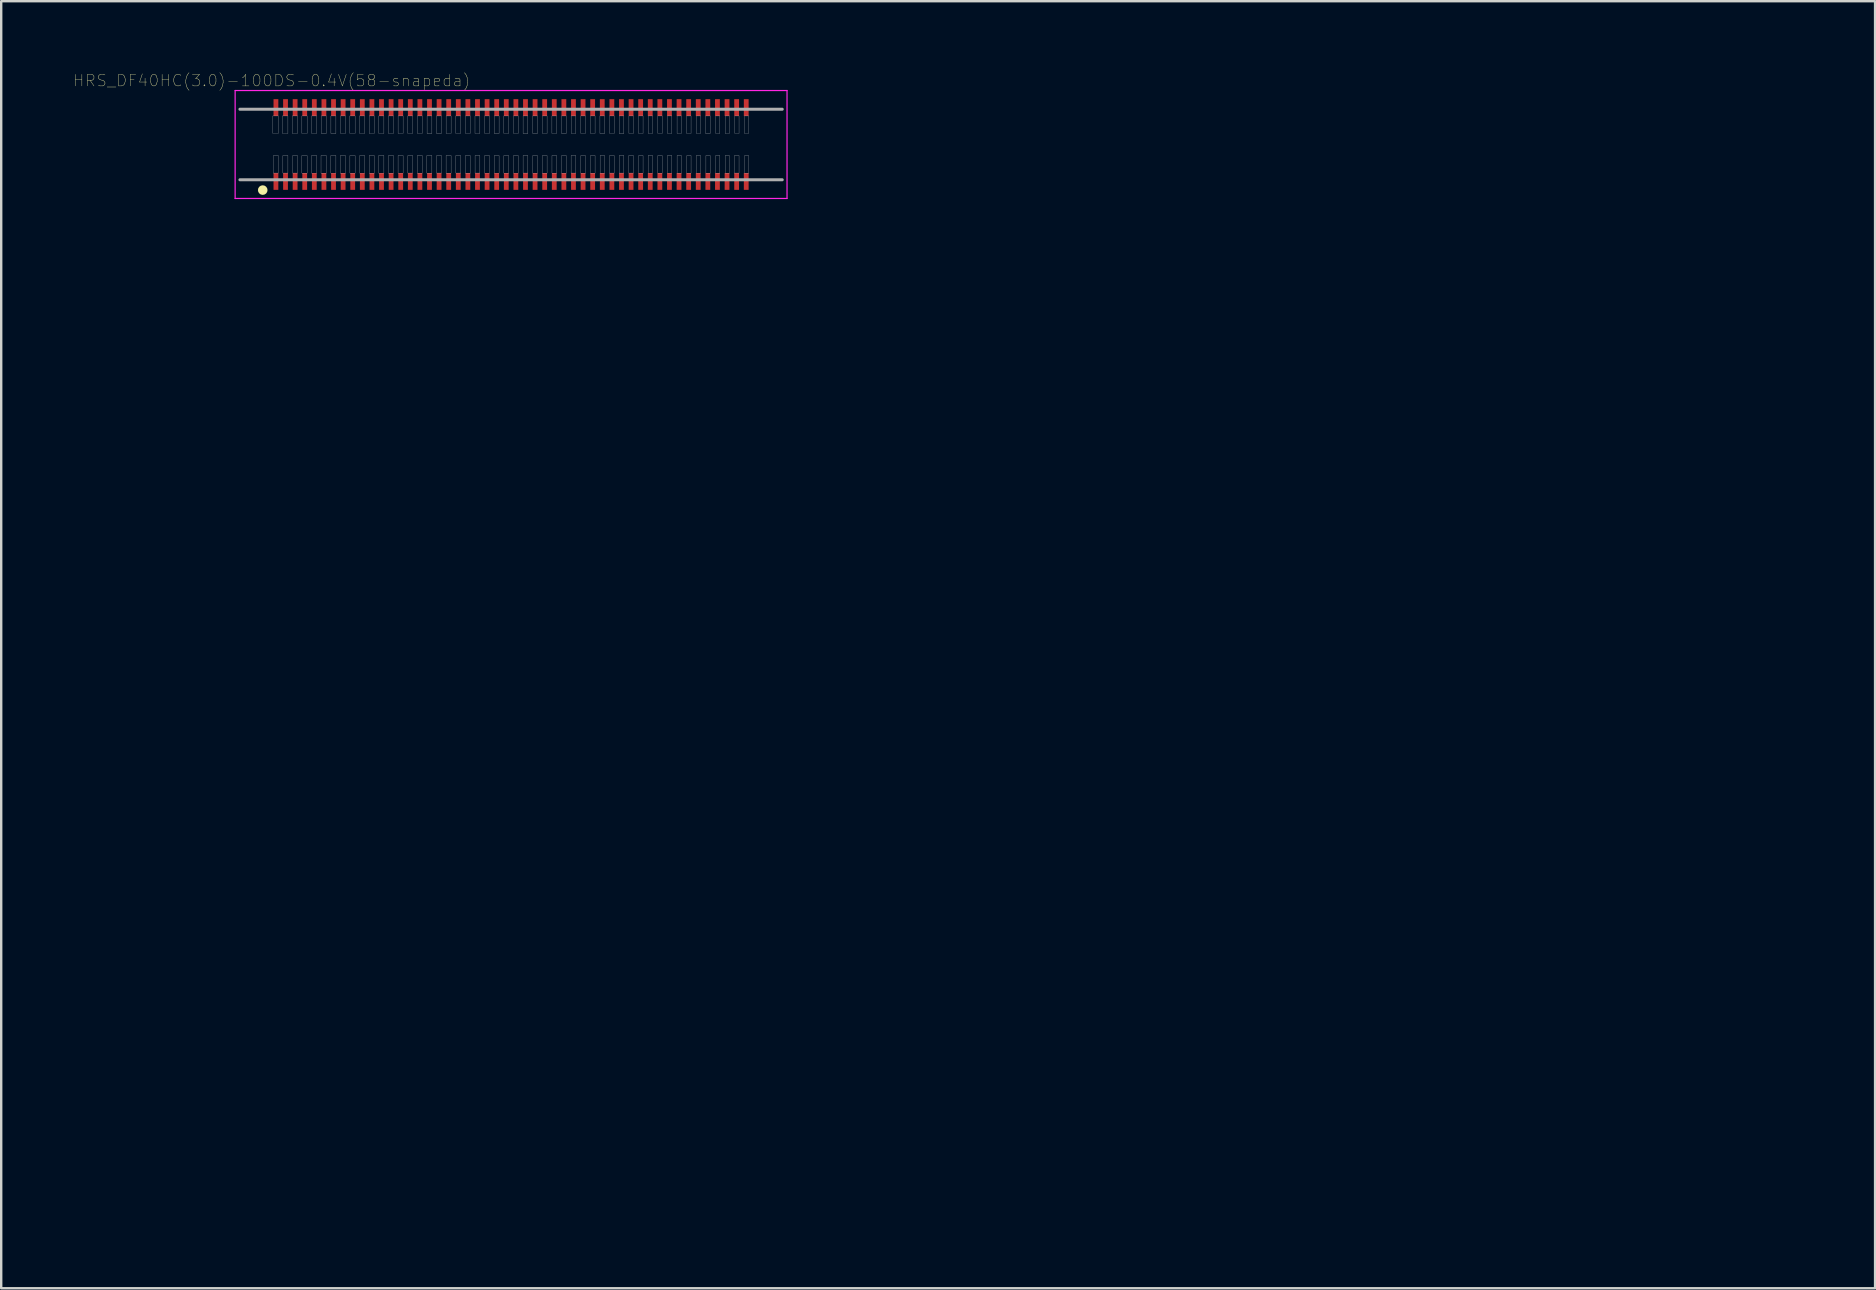
<source format=kicad_pcb>
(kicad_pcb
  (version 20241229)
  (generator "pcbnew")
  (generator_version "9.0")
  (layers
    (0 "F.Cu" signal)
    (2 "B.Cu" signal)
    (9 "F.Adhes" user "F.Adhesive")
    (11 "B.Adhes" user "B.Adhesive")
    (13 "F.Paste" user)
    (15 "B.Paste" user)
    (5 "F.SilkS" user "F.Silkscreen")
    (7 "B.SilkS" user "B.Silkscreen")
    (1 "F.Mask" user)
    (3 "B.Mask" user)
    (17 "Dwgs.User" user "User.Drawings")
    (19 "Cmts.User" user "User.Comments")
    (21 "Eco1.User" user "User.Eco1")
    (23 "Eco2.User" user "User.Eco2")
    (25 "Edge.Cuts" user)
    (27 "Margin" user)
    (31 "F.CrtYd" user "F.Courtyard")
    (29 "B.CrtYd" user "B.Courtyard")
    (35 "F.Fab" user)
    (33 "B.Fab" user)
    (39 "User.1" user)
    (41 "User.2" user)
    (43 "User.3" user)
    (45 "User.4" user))
  (footprint "HRS_DF40HC(3.0)-100DS-0.4V(58-snapeda)"
    (layer "F.Cu")
    (at 71.843 47.389)
    (property "Reference" "HRS_DF40HC(3.0)-100DS-0.4V(58-snapeda)" (at -63.579 -47.081 0) (layer "F.SilkS") (effects (font (size 0.481 0.481) (thickness 0.015))))
    (attr through_hole)
    (fp_circle (center -63.944 -42.517) (end -63.844 -42.517) (stroke (width 0.2) (type solid)) (fill no) (layer "F.SilkS"))
    (fp_poly (pts (xy -63.524 -45.607) (xy -63.294 -45.607) (xy -63.294 -44.878) (xy -63.524 -44.878)) (stroke (width 0.01) (type solid)) (fill no) (layer "Dwgs.User"))
    (fp_poly (pts (xy -63.501 -43.957) (xy -63.294 -43.957) (xy -63.294 -43.226) (xy -63.501 -43.226)) (stroke (width 0.01) (type solid)) (fill no) (layer "Dwgs.User"))
    (fp_poly (pts (xy -63.125 -45.607) (xy -62.894 -45.607) (xy -62.894 -44.878) (xy -63.125 -44.878)) (stroke (width 0.01) (type solid)) (fill no) (layer "Dwgs.User"))
    (fp_poly (pts (xy -63.104 -43.957) (xy -62.894 -43.957) (xy -62.894 -43.226) (xy -63.104 -43.226)) (stroke (width 0.01) (type solid)) (fill no) (layer "Dwgs.User"))
    (fp_poly (pts (xy -62.713 -45.607) (xy -62.494 -45.607) (xy -62.494 -44.878) (xy -62.713 -44.878)) (stroke (width 0.01) (type solid)) (fill no) (layer "Dwgs.User"))
    (fp_poly (pts (xy -62.696 -43.957) (xy -62.494 -43.957) (xy -62.494 -43.227) (xy -62.696 -43.227)) (stroke (width 0.01) (type solid)) (fill no) (layer "Dwgs.User"))
    (fp_poly (pts (xy -62.313 -43.957) (xy -62.094 -43.957) (xy -62.094 -43.224) (xy -62.313 -43.224)) (stroke (width 0.01) (type solid)) (fill no) (layer "Dwgs.User"))
    (fp_poly (pts (xy -62.312 -45.607) (xy -62.094 -45.607) (xy -62.094 -44.878) (xy -62.312 -44.878)) (stroke (width 0.01) (type solid)) (fill no) (layer "Dwgs.User"))
    (fp_poly (pts (xy -61.911 -43.957) (xy -61.694 -43.957) (xy -61.694 -43.225) (xy -61.911 -43.225)) (stroke (width 0.01) (type solid)) (fill no) (layer "Dwgs.User"))
    (fp_poly (pts (xy -61.908 -45.607) (xy -61.694 -45.607) (xy -61.694 -44.878) (xy -61.908 -44.878)) (stroke (width 0.01) (type solid)) (fill no) (layer "Dwgs.User"))
    (fp_poly (pts (xy -61.515 -43.957) (xy -61.294 -43.957) (xy -61.294 -43.224) (xy -61.515 -43.224)) (stroke (width 0.01) (type solid)) (fill no) (layer "Dwgs.User"))
    (fp_poly (pts (xy -61.503 -45.607) (xy -61.294 -45.607) (xy -61.294 -44.877) (xy -61.503 -44.877)) (stroke (width 0.01) (type solid)) (fill no) (layer "Dwgs.User"))
    (fp_poly (pts (xy -61.108 -43.957) (xy -60.894 -43.957) (xy -60.894 -43.225) (xy -61.108 -43.225)) (stroke (width 0.01) (type solid)) (fill no) (layer "Dwgs.User"))
    (fp_poly (pts (xy -61.102 -45.607) (xy -60.894 -45.607) (xy -60.894 -44.877) (xy -61.102 -44.877)) (stroke (width 0.01) (type solid)) (fill no) (layer "Dwgs.User"))
    (fp_poly (pts (xy -60.711 -43.957) (xy -60.494 -43.957) (xy -60.494 -43.224) (xy -60.711 -43.224)) (stroke (width 0.01) (type solid)) (fill no) (layer "Dwgs.User"))
    (fp_poly (pts (xy -60.704 -45.607) (xy -60.494 -45.607) (xy -60.494 -44.878) (xy -60.704 -44.878)) (stroke (width 0.01) (type solid)) (fill no) (layer "Dwgs.User"))
    (fp_poly (pts (xy -60.315 -45.607) (xy -60.094 -45.607) (xy -60.094 -44.878) (xy -60.315 -44.878)) (stroke (width 0.01) (type solid)) (fill no) (layer "Dwgs.User"))
    (fp_poly (pts (xy -60.311 -43.957) (xy -60.094 -43.957) (xy -60.094 -43.224) (xy -60.311 -43.224)) (stroke (width 0.01) (type solid)) (fill no) (layer "Dwgs.User"))
    (fp_poly (pts (xy -59.91 -45.607) (xy -59.694 -45.607) (xy -59.694 -44.878) (xy -59.91 -44.878)) (stroke (width 0.01) (type solid)) (fill no) (layer "Dwgs.User"))
    (fp_poly (pts (xy -59.904 -43.957) (xy -59.694 -43.957) (xy -59.694 -43.225) (xy -59.904 -43.225)) (stroke (width 0.01) (type solid)) (fill no) (layer "Dwgs.User"))
    (fp_poly (pts (xy -59.508 -45.607) (xy -59.294 -45.607) (xy -59.294 -44.878) (xy -59.508 -44.878)) (stroke (width 0.01) (type solid)) (fill no) (layer "Dwgs.User"))
    (fp_poly (pts (xy -59.508 -43.957) (xy -59.294 -43.957) (xy -59.294 -43.224) (xy -59.508 -43.224)) (stroke (width 0.01) (type solid)) (fill no) (layer "Dwgs.User"))
    (fp_poly (pts (xy -59.115 -43.957) (xy -58.894 -43.957) (xy -58.894 -43.222) (xy -59.115 -43.222)) (stroke (width 0.01) (type solid)) (fill no) (layer "Dwgs.User"))
    (fp_poly (pts (xy -59.11 -45.607) (xy -58.894 -45.607) (xy -58.894 -44.878) (xy -59.11 -44.878)) (stroke (width 0.01) (type solid)) (fill no) (layer "Dwgs.User"))
    (fp_poly (pts (xy -58.709 -45.607) (xy -58.494 -45.607) (xy -58.494 -44.878) (xy -58.709 -44.878)) (stroke (width 0.01) (type solid)) (fill no) (layer "Dwgs.User"))
    (fp_poly (pts (xy -58.705 -43.957) (xy -58.494 -43.957) (xy -58.494 -43.224) (xy -58.705 -43.224)) (stroke (width 0.01) (type solid)) (fill no) (layer "Dwgs.User"))
    (fp_poly (pts (xy -58.304 -43.957) (xy -58.094 -43.957) (xy -58.094 -43.225) (xy -58.304 -43.225)) (stroke (width 0.01) (type solid)) (fill no) (layer "Dwgs.User"))
    (fp_poly (pts (xy -58.303 -45.607) (xy -58.094 -45.607) (xy -58.094 -44.878) (xy -58.303 -44.878)) (stroke (width 0.01) (type solid)) (fill no) (layer "Dwgs.User"))
    (fp_poly (pts (xy -57.9 -45.607) (xy -57.694 -45.607) (xy -57.694 -44.878) (xy -57.9 -44.878)) (stroke (width 0.01) (type solid)) (fill no) (layer "Dwgs.User"))
    (fp_poly (pts (xy -57.897 -43.957) (xy -57.694 -43.957) (xy -57.694 -43.226) (xy -57.897 -43.226)) (stroke (width 0.01) (type solid)) (fill no) (layer "Dwgs.User"))
    (fp_poly (pts (xy -57.505 -43.957) (xy -57.294 -43.957) (xy -57.294 -43.224) (xy -57.505 -43.224)) (stroke (width 0.01) (type solid)) (fill no) (layer "Dwgs.User"))
    (fp_poly (pts (xy -57.5 -45.607) (xy -57.294 -45.607) (xy -57.294 -44.878) (xy -57.5 -44.878)) (stroke (width 0.01) (type solid)) (fill no) (layer "Dwgs.User"))
    (fp_poly (pts (xy -57.106 -43.957) (xy -56.894 -43.957) (xy -56.894 -43.223) (xy -57.106 -43.223)) (stroke (width 0.01) (type solid)) (fill no) (layer "Dwgs.User"))
    (fp_poly (pts (xy -57.095 -45.607) (xy -56.894 -45.607) (xy -56.894 -44.877) (xy -57.095 -44.877)) (stroke (width 0.01) (type solid)) (fill no) (layer "Dwgs.User"))
    (fp_poly (pts (xy -56.704 -45.607) (xy -56.494 -45.607) (xy -56.494 -44.879) (xy -56.704 -44.879)) (stroke (width 0.01) (type solid)) (fill no) (layer "Dwgs.User"))
    (fp_poly (pts (xy -56.697 -43.957) (xy -56.494 -43.957) (xy -56.494 -43.226) (xy -56.697 -43.226)) (stroke (width 0.01) (type solid)) (fill no) (layer "Dwgs.User"))
    (fp_poly (pts (xy -56.303 -43.957) (xy -56.094 -43.957) (xy -56.094 -43.223) (xy -56.303 -43.223)) (stroke (width 0.01) (type solid)) (fill no) (layer "Dwgs.User"))
    (fp_poly (pts (xy -56.302 -45.607) (xy -56.094 -45.607) (xy -56.094 -44.878) (xy -56.302 -44.878)) (stroke (width 0.01) (type solid)) (fill no) (layer "Dwgs.User"))
    (fp_poly (pts (xy -55.899 -45.607) (xy -55.694 -45.607) (xy -55.694 -44.878) (xy -55.899 -44.878)) (stroke (width 0.01) (type solid)) (fill no) (layer "Dwgs.User"))
    (fp_poly (pts (xy -55.897 -43.957) (xy -55.694 -43.957) (xy -55.694 -43.226) (xy -55.897 -43.226)) (stroke (width 0.01) (type solid)) (fill no) (layer "Dwgs.User"))
    (fp_poly (pts (xy -55.499 -43.957) (xy -55.294 -43.957) (xy -55.294 -43.224) (xy -55.499 -43.224)) (stroke (width 0.01) (type solid)) (fill no) (layer "Dwgs.User"))
    (fp_poly (pts (xy -55.496 -45.607) (xy -55.294 -45.607) (xy -55.294 -44.878) (xy -55.496 -44.878)) (stroke (width 0.01) (type solid)) (fill no) (layer "Dwgs.User"))
    (fp_poly (pts (xy -55.098 -45.607) (xy -54.894 -45.607) (xy -54.894 -44.878) (xy -55.098 -44.878)) (stroke (width 0.01) (type solid)) (fill no) (layer "Dwgs.User"))
    (fp_poly (pts (xy -55.095 -43.957) (xy -54.894 -43.957) (xy -54.894 -43.226) (xy -55.095 -43.226)) (stroke (width 0.01) (type solid)) (fill no) (layer "Dwgs.User"))
    (fp_poly (pts (xy -54.696 -43.957) (xy -54.494 -43.957) (xy -54.494 -43.225) (xy -54.696 -43.225)) (stroke (width 0.01) (type solid)) (fill no) (layer "Dwgs.User"))
    (fp_poly (pts (xy -54.696 -45.607) (xy -54.494 -45.607) (xy -54.494 -44.878) (xy -54.696 -44.878)) (stroke (width 0.01) (type solid)) (fill no) (layer "Dwgs.User"))
    (fp_poly (pts (xy -54.295 -43.957) (xy -54.094 -43.957) (xy -54.094 -43.225) (xy -54.295 -43.225)) (stroke (width 0.01) (type solid)) (fill no) (layer "Dwgs.User"))
    (fp_poly (pts (xy -54.295 -45.607) (xy -54.094 -45.607) (xy -54.094 -44.877) (xy -54.295 -44.877)) (stroke (width 0.01) (type solid)) (fill no) (layer "Dwgs.User"))
    (fp_poly (pts (xy -53.895 -45.607) (xy -53.694 -45.607) (xy -53.694 -44.878) (xy -53.895 -44.878)) (stroke (width 0.01) (type solid)) (fill no) (layer "Dwgs.User"))
    (fp_poly (pts (xy -53.895 -43.957) (xy -53.694 -43.957) (xy -53.694 -43.224) (xy -53.895 -43.224)) (stroke (width 0.01) (type solid)) (fill no) (layer "Dwgs.User"))
    (fp_poly (pts (xy -53.494 -43.957) (xy -53.294 -43.957) (xy -53.294 -43.225) (xy -53.494 -43.225)) (stroke (width 0.01) (type solid)) (fill no) (layer "Dwgs.User"))
    (fp_poly (pts (xy -53.494 -45.607) (xy -53.294 -45.607) (xy -53.294 -44.878) (xy -53.494 -44.878)) (stroke (width 0.01) (type solid)) (fill no) (layer "Dwgs.User"))
    (fp_poly (pts (xy -53.094 -43.957) (xy -52.894 -43.957) (xy -52.894 -43.226) (xy -53.094 -43.226)) (stroke (width 0.01) (type solid)) (fill no) (layer "Dwgs.User"))
    (fp_poly (pts (xy -53.094 -45.607) (xy -52.894 -45.607) (xy -52.894 -44.877) (xy -53.094 -44.877)) (stroke (width 0.01) (type solid)) (fill no) (layer "Dwgs.User"))
    (fp_poly (pts (xy -52.693 -45.607) (xy -52.494 -45.607) (xy -52.494 -44.877) (xy -52.693 -44.877)) (stroke (width 0.01) (type solid)) (fill no) (layer "Dwgs.User"))
    (fp_poly (pts (xy -52.692 -43.957) (xy -52.494 -43.957) (xy -52.494 -43.224) (xy -52.692 -43.224)) (stroke (width 0.01) (type solid)) (fill no) (layer "Dwgs.User"))
    (fp_poly (pts (xy -52.291 -43.957) (xy -52.094 -43.957) (xy -52.094 -43.224) (xy -52.291 -43.224)) (stroke (width 0.01) (type solid)) (fill no) (layer "Dwgs.User"))
    (fp_poly (pts (xy -52.29 -45.607) (xy -52.094 -45.607) (xy -52.094 -44.878) (xy -52.29 -44.878)) (stroke (width 0.01) (type solid)) (fill no) (layer "Dwgs.User"))
    (fp_poly (pts (xy -51.892 -45.607) (xy -51.694 -45.607) (xy -51.694 -44.878) (xy -51.892 -44.878)) (stroke (width 0.01) (type solid)) (fill no) (layer "Dwgs.User"))
    (fp_poly (pts (xy -51.89 -43.957) (xy -51.694 -43.957) (xy -51.694 -43.224) (xy -51.89 -43.224)) (stroke (width 0.01) (type solid)) (fill no) (layer "Dwgs.User"))
    (fp_poly (pts (xy -51.492 -45.607) (xy -51.294 -45.607) (xy -51.294 -44.877) (xy -51.492 -44.877)) (stroke (width 0.01) (type solid)) (fill no) (layer "Dwgs.User"))
    (fp_poly (pts (xy -51.489 -43.957) (xy -51.294 -43.957) (xy -51.294 -43.224) (xy -51.489 -43.224)) (stroke (width 0.01) (type solid)) (fill no) (layer "Dwgs.User"))
    (fp_poly (pts (xy -51.093 -43.957) (xy -50.894 -43.957) (xy -50.894 -43.226) (xy -51.093 -43.226)) (stroke (width 0.01) (type solid)) (fill no) (layer "Dwgs.User"))
    (fp_poly (pts (xy -51.089 -45.607) (xy -50.894 -45.607) (xy -50.894 -44.878) (xy -51.089 -44.878)) (stroke (width 0.01) (type solid)) (fill no) (layer "Dwgs.User"))
    (fp_poly (pts (xy -50.689 -45.607) (xy -50.494 -45.607) (xy -50.494 -44.878) (xy -50.689 -44.878)) (stroke (width 0.01) (type solid)) (fill no) (layer "Dwgs.User"))
    (fp_poly (pts (xy -50.687 -43.957) (xy -50.494 -43.957) (xy -50.494 -43.224) (xy -50.687 -43.224)) (stroke (width 0.01) (type solid)) (fill no) (layer "Dwgs.User"))
    (fp_poly (pts (xy -50.289 -45.607) (xy -50.094 -45.607) (xy -50.094 -44.878) (xy -50.289 -44.878)) (stroke (width 0.01) (type solid)) (fill no) (layer "Dwgs.User"))
    (fp_poly (pts (xy -50.287 -43.957) (xy -50.094 -43.957) (xy -50.094 -43.224) (xy -50.287 -43.224)) (stroke (width 0.01) (type solid)) (fill no) (layer "Dwgs.User"))
    (fp_poly (pts (xy -49.891 -45.607) (xy -49.694 -45.607) (xy -49.694 -44.877) (xy -49.891 -44.877)) (stroke (width 0.01) (type solid)) (fill no) (layer "Dwgs.User"))
    (fp_poly (pts (xy -49.884 -43.957) (xy -49.694 -43.957) (xy -49.694 -43.224) (xy -49.884 -43.224)) (stroke (width 0.01) (type solid)) (fill no) (layer "Dwgs.User"))
    (fp_poly (pts (xy -49.492 -43.957) (xy -49.294 -43.957) (xy -49.294 -43.226) (xy -49.492 -43.226)) (stroke (width 0.01) (type solid)) (fill no) (layer "Dwgs.User"))
    (fp_poly (pts (xy -49.489 -45.607) (xy -49.294 -45.607) (xy -49.294 -44.878) (xy -49.489 -44.878)) (stroke (width 0.01) (type solid)) (fill no) (layer "Dwgs.User"))
    (fp_poly (pts (xy -49.09 -45.607) (xy -48.894 -45.607) (xy -48.894 -44.877) (xy -49.09 -44.877)) (stroke (width 0.01) (type solid)) (fill no) (layer "Dwgs.User"))
    (fp_poly (pts (xy -49.089 -43.957) (xy -48.894 -43.957) (xy -48.894 -43.226) (xy -49.089 -43.226)) (stroke (width 0.01) (type solid)) (fill no) (layer "Dwgs.User"))
    (fp_poly (pts (xy -48.692 -43.957) (xy -48.494 -43.957) (xy -48.494 -43.227) (xy -48.692 -43.227)) (stroke (width 0.01) (type solid)) (fill no) (layer "Dwgs.User"))
    (fp_poly (pts (xy -48.683 -45.607) (xy -48.494 -45.607) (xy -48.494 -44.878) (xy -48.683 -44.878)) (stroke (width 0.01) (type solid)) (fill no) (layer "Dwgs.User"))
    (fp_poly (pts (xy -48.284 -45.607) (xy -48.094 -45.607) (xy -48.094 -44.878) (xy -48.284 -44.878)) (stroke (width 0.01) (type solid)) (fill no) (layer "Dwgs.User"))
    (fp_poly (pts (xy -48.278 -43.957) (xy -48.094 -43.957) (xy -48.094 -43.223) (xy -48.278 -43.223)) (stroke (width 0.01) (type solid)) (fill no) (layer "Dwgs.User"))
    (fp_poly (pts (xy -47.882 -43.957) (xy -47.694 -43.957) (xy -47.694 -43.225) (xy -47.882 -43.225)) (stroke (width 0.01) (type solid)) (fill no) (layer "Dwgs.User"))
    (fp_poly (pts (xy -47.88 -45.607) (xy -47.694 -45.607) (xy -47.694 -44.878) (xy -47.88 -44.878)) (stroke (width 0.01) (type solid)) (fill no) (layer "Dwgs.User"))
    (fp_poly (pts (xy -47.479 -43.957) (xy -47.294 -43.957) (xy -47.294 -43.224) (xy -47.479 -43.224)) (stroke (width 0.01) (type solid)) (fill no) (layer "Dwgs.User"))
    (fp_poly (pts (xy -47.477 -45.607) (xy -47.294 -45.607) (xy -47.294 -44.878) (xy -47.477 -44.878)) (stroke (width 0.01) (type solid)) (fill no) (layer "Dwgs.User"))
    (fp_poly (pts (xy -47.082 -43.957) (xy -46.894 -43.957) (xy -46.894 -43.225) (xy -47.082 -43.225)) (stroke (width 0.01) (type solid)) (fill no) (layer "Dwgs.User"))
    (fp_poly (pts (xy -47.08 -45.607) (xy -46.894 -45.607) (xy -46.894 -44.878) (xy -47.08 -44.878)) (stroke (width 0.01) (type solid)) (fill no) (layer "Dwgs.User"))
    (fp_poly (pts (xy -46.677 -45.607) (xy -46.494 -45.607) (xy -46.494 -44.878) (xy -46.677 -44.878)) (stroke (width 0.01) (type solid)) (fill no) (layer "Dwgs.User"))
    (fp_poly (pts (xy -46.676 -43.957) (xy -46.494 -43.957) (xy -46.494 -43.224) (xy -46.676 -43.224)) (stroke (width 0.01) (type solid)) (fill no) (layer "Dwgs.User"))
    (fp_poly (pts (xy -46.281 -45.607) (xy -46.094 -45.607) (xy -46.094 -44.878) (xy -46.281 -44.878)) (stroke (width 0.01) (type solid)) (fill no) (layer "Dwgs.User"))
    (fp_poly (pts (xy -46.271 -43.957) (xy -46.094 -43.957) (xy -46.094 -43.223) (xy -46.271 -43.223)) (stroke (width 0.01) (type solid)) (fill no) (layer "Dwgs.User"))
    (fp_poly (pts (xy -45.878 -43.957) (xy -45.694 -43.957) (xy -45.694 -43.225) (xy -45.878 -43.225)) (stroke (width 0.01) (type solid)) (fill no) (layer "Dwgs.User"))
    (fp_poly (pts (xy -45.875 -45.607) (xy -45.694 -45.607) (xy -45.694 -44.878) (xy -45.875 -44.878)) (stroke (width 0.01) (type solid)) (fill no) (layer "Dwgs.User"))
    (fp_poly (pts (xy -45.49 -45.607) (xy -45.294 -45.607) (xy -45.294 -44.877) (xy -45.49 -44.877)) (stroke (width 0.01) (type solid)) (fill no) (layer "Dwgs.User"))
    (fp_poly (pts (xy -45.474 -43.957) (xy -45.294 -43.957) (xy -45.294 -43.224) (xy -45.474 -43.224)) (stroke (width 0.01) (type solid)) (fill no) (layer "Dwgs.User"))
    (fp_poly (pts (xy -45.07 -43.957) (xy -44.894 -43.957) (xy -44.894 -43.224) (xy -45.07 -43.224)) (stroke (width 0.01) (type solid)) (fill no) (layer "Dwgs.User"))
    (fp_poly (pts (xy -45.068 -45.607) (xy -44.894 -45.607) (xy -44.894 -44.878) (xy -45.068 -44.878)) (stroke (width 0.01) (type solid)) (fill no) (layer "Dwgs.User"))
    (fp_poly (pts (xy -44.674 -43.957) (xy -44.494 -43.957) (xy -44.494 -43.224) (xy -44.674 -43.224)) (stroke (width 0.01) (type solid)) (fill no) (layer "Dwgs.User"))
    (fp_poly (pts (xy -44.674 -45.607) (xy -44.494 -45.607) (xy -44.494 -44.878) (xy -44.674 -44.878)) (stroke (width 0.01) (type solid)) (fill no) (layer "Dwgs.User"))
    (fp_poly (pts (xy -44.289 -43.957) (xy -44.094 -43.957) (xy -44.094 -43.226) (xy -44.289 -43.226)) (stroke (width 0.01) (type solid)) (fill no) (layer "Dwgs.User"))
    (fp_poly (pts (xy -44.27 -45.607) (xy -44.094 -45.607) (xy -44.094 -44.878) (xy -44.27 -44.878)) (stroke (width 0.01) (type solid)) (fill no) (layer "Dwgs.User"))
    (fp_poly (pts (xy -43.87 -45.607) (xy -43.694 -45.607) (xy -43.694 -44.878) (xy -43.87 -44.878)) (stroke (width 0.01) (type solid)) (fill no) (layer "Dwgs.User"))
    (fp_poly (pts (xy -43.864 -43.957) (xy -43.694 -43.957) (xy -43.694 -43.223) (xy -43.864 -43.223)) (stroke (width 0.01) (type solid)) (fill no) (layer "Dwgs.User"))
    (fp_line (start -65.094 -46.667) (end -42.094 -46.667) (stroke (width 0.05) (type solid)) (layer "F.CrtYd"))
    (fp_line (start -65.094 -42.167) (end -65.094 -46.667) (stroke (width 0.05) (type solid)) (layer "F.CrtYd"))
    (fp_line (start -42.094 -46.667) (end -42.094 -42.167) (stroke (width 0.05) (type solid)) (layer "F.CrtYd"))
    (fp_line (start -42.094 -42.167) (end -65.094 -42.167) (stroke (width 0.05) (type solid)) (layer "F.CrtYd"))
    (fp_line (start -64.894 -45.887) (end -42.294 -45.887) (stroke (width 0.127) (type solid)) (layer "F.Fab"))
    (fp_line (start -42.294 -42.947) (end -64.894 -42.947) (stroke (width 0.127) (type solid)) (layer "F.Fab"))
    (pad "1" smd rect (at -63.394 -42.877) (size 0.2 0.7) (layers "F.Cu" "F.Mask" "F.Paste"))
    (pad "2" smd rect (at -63.394 -45.957) (size 0.2 0.7) (layers "F.Cu" "F.Mask" "F.Paste"))
    (pad "3" smd rect (at -62.994 -42.877) (size 0.2 0.7) (layers "F.Cu" "F.Mask" "F.Paste"))
    (pad "4" smd rect (at -62.994 -45.957) (size 0.2 0.7) (layers "F.Cu" "F.Mask" "F.Paste"))
    (pad "5" smd rect (at -62.594 -42.877) (size 0.2 0.7) (layers "F.Cu" "F.Mask" "F.Paste"))
    (pad "6" smd rect (at -62.594 -45.957) (size 0.2 0.7) (layers "F.Cu" "F.Mask" "F.Paste"))
    (pad "7" smd rect (at -62.194 -42.877) (size 0.2 0.7) (layers "F.Cu" "F.Mask" "F.Paste"))
    (pad "8" smd rect (at -62.194 -45.957) (size 0.2 0.7) (layers "F.Cu" "F.Mask" "F.Paste"))
    (pad "9" smd rect (at -61.794 -42.877) (size 0.2 0.7) (layers "F.Cu" "F.Mask" "F.Paste"))
    (pad "10" smd rect (at -61.794 -45.957) (size 0.2 0.7) (layers "F.Cu" "F.Mask" "F.Paste"))
    (pad "11" smd rect (at -61.394 -42.877) (size 0.2 0.7) (layers "F.Cu" "F.Mask" "F.Paste"))
    (pad "12" smd rect (at -61.394 -45.957) (size 0.2 0.7) (layers "F.Cu" "F.Mask" "F.Paste"))
    (pad "13" smd rect (at -60.994 -42.877) (size 0.2 0.7) (layers "F.Cu" "F.Mask" "F.Paste"))
    (pad "14" smd rect (at -60.994 -45.957) (size 0.2 0.7) (layers "F.Cu" "F.Mask" "F.Paste"))
    (pad "15" smd rect (at -60.594 -42.877) (size 0.2 0.7) (layers "F.Cu" "F.Mask" "F.Paste"))
    (pad "16" smd rect (at -60.594 -45.957) (size 0.2 0.7) (layers "F.Cu" "F.Mask" "F.Paste"))
    (pad "17" smd rect (at -60.194 -42.877) (size 0.2 0.7) (layers "F.Cu" "F.Mask" "F.Paste"))
    (pad "18" smd rect (at -60.194 -45.957) (size 0.2 0.7) (layers "F.Cu" "F.Mask" "F.Paste"))
    (pad "19" smd rect (at -59.794 -42.877) (size 0.2 0.7) (layers "F.Cu" "F.Mask" "F.Paste"))
    (pad "20" smd rect (at -59.794 -45.957) (size 0.2 0.7) (layers "F.Cu" "F.Mask" "F.Paste"))
    (pad "21" smd rect (at -59.394 -42.877) (size 0.2 0.7) (layers "F.Cu" "F.Mask" "F.Paste"))
    (pad "22" smd rect (at -59.394 -45.957) (size 0.2 0.7) (layers "F.Cu" "F.Mask" "F.Paste"))
    (pad "23" smd rect (at -58.994 -42.877) (size 0.2 0.7) (layers "F.Cu" "F.Mask" "F.Paste"))
    (pad "24" smd rect (at -58.994 -45.957) (size 0.2 0.7) (layers "F.Cu" "F.Mask" "F.Paste"))
    (pad "25" smd rect (at -58.594 -42.877) (size 0.2 0.7) (layers "F.Cu" "F.Mask" "F.Paste"))
    (pad "26" smd rect (at -58.594 -45.957) (size 0.2 0.7) (layers "F.Cu" "F.Mask" "F.Paste"))
    (pad "27" smd rect (at -58.194 -42.877) (size 0.2 0.7) (layers "F.Cu" "F.Mask" "F.Paste"))
    (pad "28" smd rect (at -58.194 -45.957) (size 0.2 0.7) (layers "F.Cu" "F.Mask" "F.Paste"))
    (pad "29" smd rect (at -57.794 -42.877) (size 0.2 0.7) (layers "F.Cu" "F.Mask" "F.Paste"))
    (pad "30" smd rect (at -57.794 -45.957) (size 0.2 0.7) (layers "F.Cu" "F.Mask" "F.Paste"))
    (pad "31" smd rect (at -57.394 -42.877) (size 0.2 0.7) (layers "F.Cu" "F.Mask" "F.Paste"))
    (pad "32" smd rect (at -57.394 -45.957) (size 0.2 0.7) (layers "F.Cu" "F.Mask" "F.Paste"))
    (pad "33" smd rect (at -56.994 -42.877) (size 0.2 0.7) (layers "F.Cu" "F.Mask" "F.Paste"))
    (pad "34" smd rect (at -56.994 -45.957) (size 0.2 0.7) (layers "F.Cu" "F.Mask" "F.Paste"))
    (pad "35" smd rect (at -56.594 -42.877) (size 0.2 0.7) (layers "F.Cu" "F.Mask" "F.Paste"))
    (pad "36" smd rect (at -56.594 -45.957) (size 0.2 0.7) (layers "F.Cu" "F.Mask" "F.Paste"))
    (pad "37" smd rect (at -56.194 -42.877) (size 0.2 0.7) (layers "F.Cu" "F.Mask" "F.Paste"))
    (pad "38" smd rect (at -56.194 -45.957) (size 0.2 0.7) (layers "F.Cu" "F.Mask" "F.Paste"))
    (pad "39" smd rect (at -55.794 -42.877) (size 0.2 0.7) (layers "F.Cu" "F.Mask" "F.Paste"))
    (pad "40" smd rect (at -55.794 -45.957) (size 0.2 0.7) (layers "F.Cu" "F.Mask" "F.Paste"))
    (pad "41" smd rect (at -55.394 -42.877) (size 0.2 0.7) (layers "F.Cu" "F.Mask" "F.Paste"))
    (pad "42" smd rect (at -55.394 -45.957) (size 0.2 0.7) (layers "F.Cu" "F.Mask" "F.Paste"))
    (pad "43" smd rect (at -54.994 -42.877) (size 0.2 0.7) (layers "F.Cu" "F.Mask" "F.Paste"))
    (pad "44" smd rect (at -54.994 -45.957) (size 0.2 0.7) (layers "F.Cu" "F.Mask" "F.Paste"))
    (pad "45" smd rect (at -54.594 -42.877) (size 0.2 0.7) (layers "F.Cu" "F.Mask" "F.Paste"))
    (pad "46" smd rect (at -54.594 -45.957) (size 0.2 0.7) (layers "F.Cu" "F.Mask" "F.Paste"))
    (pad "47" smd rect (at -54.194 -42.877) (size 0.2 0.7) (layers "F.Cu" "F.Mask" "F.Paste"))
    (pad "48" smd rect (at -54.194 -45.957) (size 0.2 0.7) (layers "F.Cu" "F.Mask" "F.Paste"))
    (pad "49" smd rect (at -53.794 -42.877) (size 0.2 0.7) (layers "F.Cu" "F.Mask" "F.Paste"))
    (pad "50" smd rect (at -53.794 -45.957) (size 0.2 0.7) (layers "F.Cu" "F.Mask" "F.Paste"))
    (pad "51" smd rect (at -53.394 -42.877) (size 0.2 0.7) (layers "F.Cu" "F.Mask" "F.Paste"))
    (pad "52" smd rect (at -53.394 -45.957) (size 0.2 0.7) (layers "F.Cu" "F.Mask" "F.Paste"))
    (pad "53" smd rect (at -52.994 -42.877) (size 0.2 0.7) (layers "F.Cu" "F.Mask" "F.Paste"))
    (pad "54" smd rect (at -52.994 -45.957) (size 0.2 0.7) (layers "F.Cu" "F.Mask" "F.Paste"))
    (pad "55" smd rect (at -52.594 -42.877) (size 0.2 0.7) (layers "F.Cu" "F.Mask" "F.Paste"))
    (pad "56" smd rect (at -52.594 -45.957) (size 0.2 0.7) (layers "F.Cu" "F.Mask" "F.Paste"))
    (pad "57" smd rect (at -52.194 -42.877) (size 0.2 0.7) (layers "F.Cu" "F.Mask" "F.Paste"))
    (pad "58" smd rect (at -52.194 -45.957) (size 0.2 0.7) (layers "F.Cu" "F.Mask" "F.Paste"))
    (pad "59" smd rect (at -51.794 -42.877) (size 0.2 0.7) (layers "F.Cu" "F.Mask" "F.Paste"))
    (pad "60" smd rect (at -51.794 -45.957) (size 0.2 0.7) (layers "F.Cu" "F.Mask" "F.Paste"))
    (pad "61" smd rect (at -51.394 -42.877) (size 0.2 0.7) (layers "F.Cu" "F.Mask" "F.Paste"))
    (pad "62" smd rect (at -51.394 -45.957) (size 0.2 0.7) (layers "F.Cu" "F.Mask" "F.Paste"))
    (pad "63" smd rect (at -50.994 -42.877) (size 0.2 0.7) (layers "F.Cu" "F.Mask" "F.Paste"))
    (pad "64" smd rect (at -50.994 -45.957) (size 0.2 0.7) (layers "F.Cu" "F.Mask" "F.Paste"))
    (pad "65" smd rect (at -50.594 -42.877) (size 0.2 0.7) (layers "F.Cu" "F.Mask" "F.Paste"))
    (pad "66" smd rect (at -50.594 -45.957) (size 0.2 0.7) (layers "F.Cu" "F.Mask" "F.Paste"))
    (pad "67" smd rect (at -50.194 -42.877) (size 0.2 0.7) (layers "F.Cu" "F.Mask" "F.Paste"))
    (pad "68" smd rect (at -50.194 -45.957) (size 0.2 0.7) (layers "F.Cu" "F.Mask" "F.Paste"))
    (pad "69" smd rect (at -49.794 -42.877) (size 0.2 0.7) (layers "F.Cu" "F.Mask" "F.Paste"))
    (pad "70" smd rect (at -49.794 -45.957) (size 0.2 0.7) (layers "F.Cu" "F.Mask" "F.Paste"))
    (pad "71" smd rect (at -49.394 -42.877) (size 0.2 0.7) (layers "F.Cu" "F.Mask" "F.Paste"))
    (pad "72" smd rect (at -49.394 -45.957) (size 0.2 0.7) (layers "F.Cu" "F.Mask" "F.Paste"))
    (pad "73" smd rect (at -48.994 -42.877) (size 0.2 0.7) (layers "F.Cu" "F.Mask" "F.Paste"))
    (pad "74" smd rect (at -48.994 -45.957) (size 0.2 0.7) (layers "F.Cu" "F.Mask" "F.Paste"))
    (pad "75" smd rect (at -48.594 -42.877) (size 0.2 0.7) (layers "F.Cu" "F.Mask" "F.Paste"))
    (pad "76" smd rect (at -48.594 -45.957) (size 0.2 0.7) (layers "F.Cu" "F.Mask" "F.Paste"))
    (pad "77" smd rect (at -48.194 -42.877) (size 0.2 0.7) (layers "F.Cu" "F.Mask" "F.Paste"))
    (pad "78" smd rect (at -48.194 -45.957) (size 0.2 0.7) (layers "F.Cu" "F.Mask" "F.Paste"))
    (pad "79" smd rect (at -47.794 -42.877) (size 0.2 0.7) (layers "F.Cu" "F.Mask" "F.Paste"))
    (pad "80" smd rect (at -47.794 -45.957) (size 0.2 0.7) (layers "F.Cu" "F.Mask" "F.Paste"))
    (pad "81" smd rect (at -47.394 -42.877) (size 0.2 0.7) (layers "F.Cu" "F.Mask" "F.Paste"))
    (pad "82" smd rect (at -47.394 -45.957) (size 0.2 0.7) (layers "F.Cu" "F.Mask" "F.Paste"))
    (pad "83" smd rect (at -46.994 -42.877) (size 0.2 0.7) (layers "F.Cu" "F.Mask" "F.Paste"))
    (pad "84" smd rect (at -46.994 -45.957) (size 0.2 0.7) (layers "F.Cu" "F.Mask" "F.Paste"))
    (pad "85" smd rect (at -46.594 -42.877) (size 0.2 0.7) (layers "F.Cu" "F.Mask" "F.Paste"))
    (pad "86" smd rect (at -46.594 -45.957) (size 0.2 0.7) (layers "F.Cu" "F.Mask" "F.Paste"))
    (pad "87" smd rect (at -46.194 -42.877) (size 0.2 0.7) (layers "F.Cu" "F.Mask" "F.Paste"))
    (pad "88" smd rect (at -46.194 -45.957) (size 0.2 0.7) (layers "F.Cu" "F.Mask" "F.Paste"))
    (pad "89" smd rect (at -45.794 -42.877) (size 0.2 0.7) (layers "F.Cu" "F.Mask" "F.Paste"))
    (pad "90" smd rect (at -45.794 -45.957) (size 0.2 0.7) (layers "F.Cu" "F.Mask" "F.Paste"))
    (pad "91" smd rect (at -45.394 -42.877) (size 0.2 0.7) (layers "F.Cu" "F.Mask" "F.Paste"))
    (pad "92" smd rect (at -45.394 -45.957) (size 0.2 0.7) (layers "F.Cu" "F.Mask" "F.Paste"))
    (pad "93" smd rect (at -44.994 -42.877) (size 0.2 0.7) (layers "F.Cu" "F.Mask" "F.Paste"))
    (pad "94" smd rect (at -44.994 -45.957) (size 0.2 0.7) (layers "F.Cu" "F.Mask" "F.Paste"))
    (pad "95" smd rect (at -44.594 -42.877) (size 0.2 0.7) (layers "F.Cu" "F.Mask" "F.Paste"))
    (pad "96" smd rect (at -44.594 -45.957) (size 0.2 0.7) (layers "F.Cu" "F.Mask" "F.Paste"))
    (pad "97" smd rect (at -44.194 -42.877) (size 0.2 0.7) (layers "F.Cu" "F.Mask" "F.Paste"))
    (pad "98" smd rect (at -44.194 -45.957) (size 0.2 0.7) (layers "F.Cu" "F.Mask" "F.Paste"))
    (pad "99" smd rect (at -43.794 -42.877) (size 0.2 0.7) (layers "F.Cu" "F.Mask" "F.Paste"))
    (pad "100" smd rect (at -43.794 -45.957) (size 0.2 0.7) (layers "F.Cu" "F.Mask" "F.Paste")))
  (gr_rect
    (start -3 -3)
    (end 75.093 50.639)
    (stroke (width 0.1) (type default))
    (fill no)
    (layer "Edge.Cuts")))
</source>
